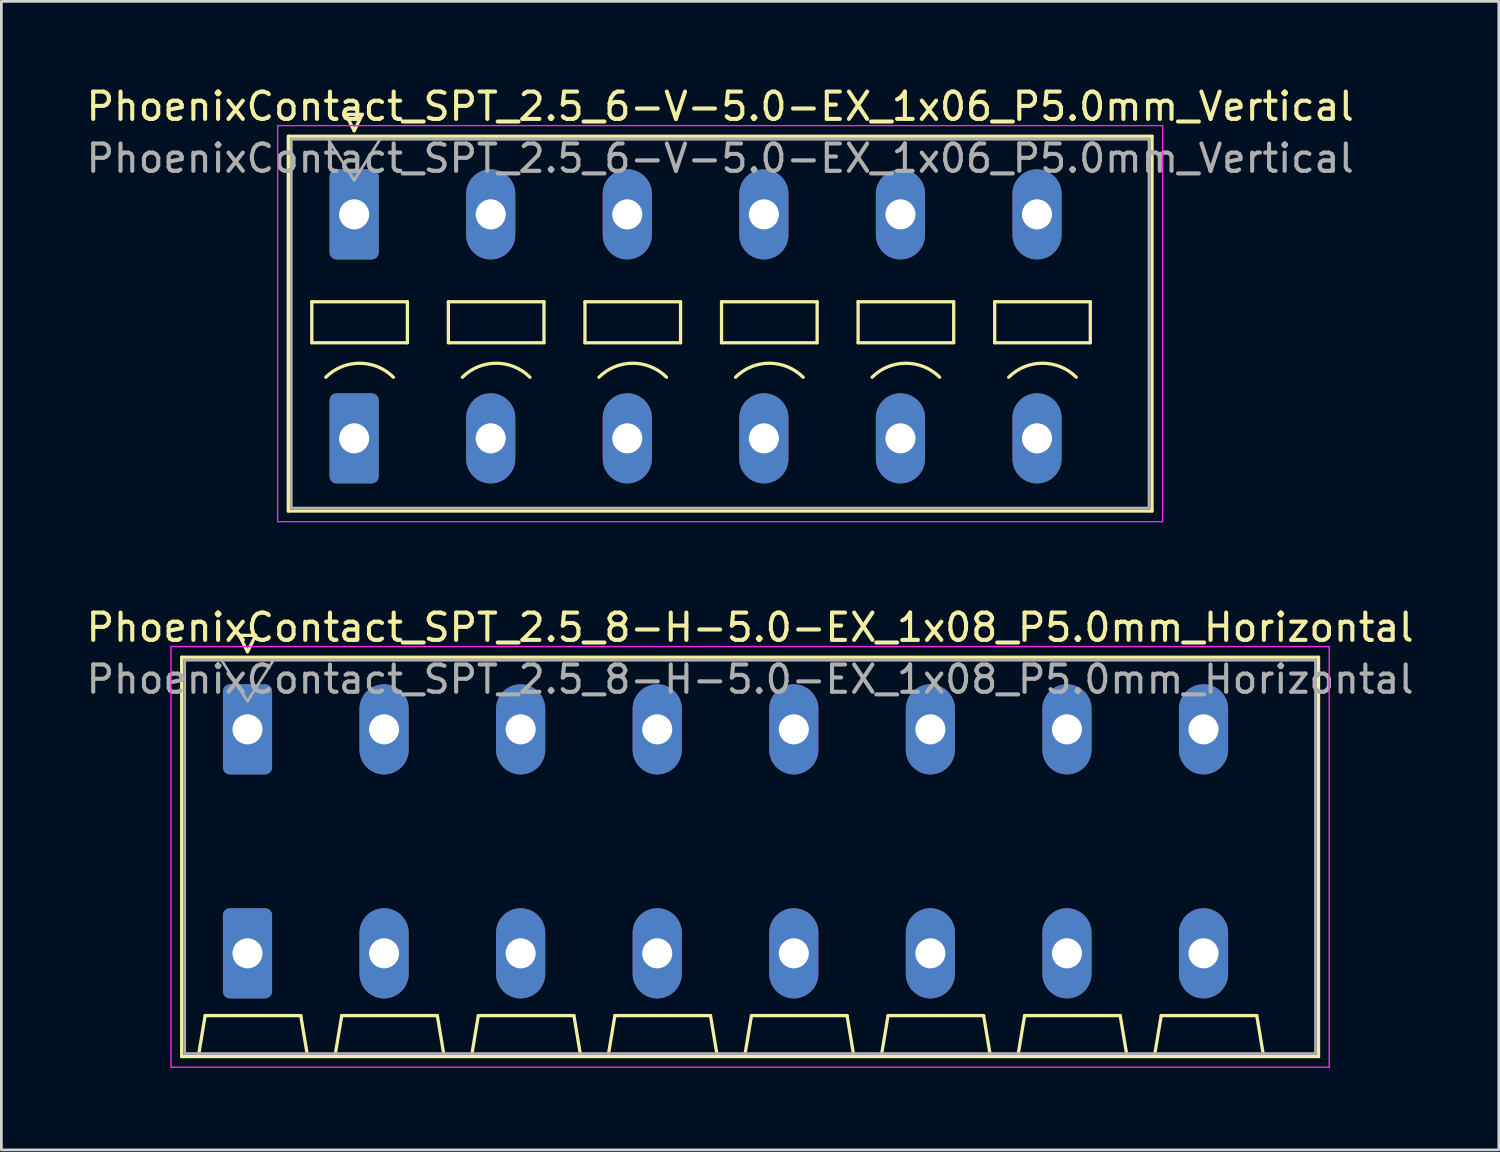
<source format=kicad_pcb>
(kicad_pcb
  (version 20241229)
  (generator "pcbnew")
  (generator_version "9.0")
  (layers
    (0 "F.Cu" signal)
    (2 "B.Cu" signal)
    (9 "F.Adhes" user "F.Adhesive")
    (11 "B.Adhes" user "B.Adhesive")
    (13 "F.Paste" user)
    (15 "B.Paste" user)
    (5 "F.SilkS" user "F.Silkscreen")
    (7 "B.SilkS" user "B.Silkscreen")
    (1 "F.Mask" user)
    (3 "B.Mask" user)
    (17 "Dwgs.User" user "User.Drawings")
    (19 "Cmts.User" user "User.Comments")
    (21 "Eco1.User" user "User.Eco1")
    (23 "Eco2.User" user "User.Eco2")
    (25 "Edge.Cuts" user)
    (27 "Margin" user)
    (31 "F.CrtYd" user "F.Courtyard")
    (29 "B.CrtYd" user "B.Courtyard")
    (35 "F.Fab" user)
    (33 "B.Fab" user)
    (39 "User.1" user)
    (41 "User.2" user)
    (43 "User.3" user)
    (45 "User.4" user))
  (footprint "PhoenixContact_SPT_2.5_6-V-5.0-EX_1x06_P5.0mm_Vertical"
    (layer "F.Cu")
    (at 9.915 4.798)
    (property "Reference" "PhoenixContact_SPT_2.5_6-V-5.0-EX_1x06_P5.0mm_Vertical" (at 13.4 -3.95 0) (layer "F.SilkS") (effects (font (size 1 1) (thickness 0.15))))
    (attr through_hole)
    (fp_line (start -2.41 -2.86) (end 29.21 -2.86) (stroke (width 0.12) (type solid)) (layer "F.SilkS"))
    (fp_line (start -2.41 10.86) (end -2.41 -2.86) (stroke (width 0.12) (type solid)) (layer "F.SilkS"))
    (fp_line (start -1.55 3.2) (end -1.55 4.7) (stroke (width 0.12) (type solid)) (layer "F.SilkS"))
    (fp_line (start -1.55 4.7) (end 1.95 4.7) (stroke (width 0.12) (type solid)) (layer "F.SilkS"))
    (fp_line (start -0.3 -3.66) (end 0 -3.06) (stroke (width 0.12) (type solid)) (layer "F.SilkS"))
    (fp_line (start -0.3 -3.66) (end 0.3 -3.66) (stroke (width 0.12) (type solid)) (layer "F.SilkS"))
    (fp_line (start 0.3 -3.66) (end 0 -3.06) (stroke (width 0.12) (type solid)) (layer "F.SilkS"))
    (fp_line (start 1.95 3.2) (end -1.55 3.2) (stroke (width 0.12) (type solid)) (layer "F.SilkS"))
    (fp_line (start 1.95 4.7) (end 1.95 3.2) (stroke (width 0.12) (type solid)) (layer "F.SilkS"))
    (fp_line (start 3.45 3.2) (end 3.45 4.7) (stroke (width 0.12) (type solid)) (layer "F.SilkS"))
    (fp_line (start 3.45 4.7) (end 6.95 4.7) (stroke (width 0.12) (type solid)) (layer "F.SilkS"))
    (fp_line (start 6.95 3.2) (end 3.45 3.2) (stroke (width 0.12) (type solid)) (layer "F.SilkS"))
    (fp_line (start 6.95 4.7) (end 6.95 3.2) (stroke (width 0.12) (type solid)) (layer "F.SilkS"))
    (fp_line (start 8.45 3.2) (end 8.45 4.7) (stroke (width 0.12) (type solid)) (layer "F.SilkS"))
    (fp_line (start 8.45 4.7) (end 11.95 4.7) (stroke (width 0.12) (type solid)) (layer "F.SilkS"))
    (fp_line (start 11.95 3.2) (end 8.45 3.2) (stroke (width 0.12) (type solid)) (layer "F.SilkS"))
    (fp_line (start 11.95 4.7) (end 11.95 3.2) (stroke (width 0.12) (type solid)) (layer "F.SilkS"))
    (fp_line (start 13.45 3.2) (end 13.45 4.7) (stroke (width 0.12) (type solid)) (layer "F.SilkS"))
    (fp_line (start 13.45 4.7) (end 16.95 4.7) (stroke (width 0.12) (type solid)) (layer "F.SilkS"))
    (fp_line (start 16.95 3.2) (end 13.45 3.2) (stroke (width 0.12) (type solid)) (layer "F.SilkS"))
    (fp_line (start 16.95 4.7) (end 16.95 3.2) (stroke (width 0.12) (type solid)) (layer "F.SilkS"))
    (fp_line (start 18.45 3.2) (end 18.45 4.7) (stroke (width 0.12) (type solid)) (layer "F.SilkS"))
    (fp_line (start 18.45 4.7) (end 21.95 4.7) (stroke (width 0.12) (type solid)) (layer "F.SilkS"))
    (fp_line (start 21.95 3.2) (end 18.45 3.2) (stroke (width 0.12) (type solid)) (layer "F.SilkS"))
    (fp_line (start 21.95 4.7) (end 21.95 3.2) (stroke (width 0.12) (type solid)) (layer "F.SilkS"))
    (fp_line (start 23.45 3.2) (end 23.45 4.7) (stroke (width 0.12) (type solid)) (layer "F.SilkS"))
    (fp_line (start 23.45 4.7) (end 26.95 4.7) (stroke (width 0.12) (type solid)) (layer "F.SilkS"))
    (fp_line (start 26.95 3.2) (end 23.45 3.2) (stroke (width 0.12) (type solid)) (layer "F.SilkS"))
    (fp_line (start 26.95 4.7) (end 26.95 3.2) (stroke (width 0.12) (type solid)) (layer "F.SilkS"))
    (fp_line (start 29.21 -2.86) (end 29.21 10.86) (stroke (width 0.12) (type solid)) (layer "F.SilkS"))
    (fp_line (start 29.21 10.86) (end -2.41 10.86) (stroke (width 0.12) (type solid)) (layer "F.SilkS"))
    (fp_arc (start -1.037437 5.962563) (mid 0.2 5.45) (end 1.437437 5.962563) (stroke (width 0.12) (type solid)) (layer "F.SilkS"))
    (fp_arc (start 3.962563 5.962563) (mid 5.2 5.45) (end 6.437437 5.962563) (stroke (width 0.12) (type solid)) (layer "F.SilkS"))
    (fp_arc (start 8.962563 5.962563) (mid 10.2 5.45) (end 11.437437 5.962563) (stroke (width 0.12) (type solid)) (layer "F.SilkS"))
    (fp_arc (start 13.962563 5.962563) (mid 15.2 5.45) (end 16.437437 5.962563) (stroke (width 0.12) (type solid)) (layer "F.SilkS"))
    (fp_arc (start 18.962563 5.962563) (mid 20.2 5.45) (end 21.437437 5.962563) (stroke (width 0.12) (type solid)) (layer "F.SilkS"))
    (fp_arc (start 23.962563 5.962563) (mid 25.2 5.45) (end 26.437437 5.962563) (stroke (width 0.12) (type solid)) (layer "F.SilkS"))
    (fp_line (start -2.8 -3.25) (end -2.8 11.25) (stroke (width 0.05) (type solid)) (layer "F.CrtYd"))
    (fp_line (start -2.8 11.25) (end 29.6 11.25) (stroke (width 0.05) (type solid)) (layer "F.CrtYd"))
    (fp_line (start 29.6 -3.25) (end -2.8 -3.25) (stroke (width 0.05) (type solid)) (layer "F.CrtYd"))
    (fp_line (start 29.6 11.25) (end 29.6 -3.25) (stroke (width 0.05) (type solid)) (layer "F.CrtYd"))
    (fp_line (start -2.3 -2.75) (end -2.3 10.75) (stroke (width 0.1) (type solid)) (layer "F.Fab"))
    (fp_line (start -2.3 10.75) (end 29.1 10.75) (stroke (width 0.1) (type solid)) (layer "F.Fab"))
    (fp_line (start -0.95 -2.75) (end 0 -1.25) (stroke (width 0.1) (type solid)) (layer "F.Fab"))
    (fp_line (start 0.95 -2.75) (end 0 -1.25) (stroke (width 0.1) (type solid)) (layer "F.Fab"))
    (fp_line (start 29.1 -2.75) (end -2.3 -2.75) (stroke (width 0.1) (type solid)) (layer "F.Fab"))
    (fp_line (start 29.1 10.75) (end 29.1 -2.75) (stroke (width 0.1) (type solid)) (layer "F.Fab"))
    (fp_text user "${REFERENCE}" (at 13.4 -2.05 0) (layer "F.Fab") (effects (font (size 1 1) (thickness 0.15))))
    (pad "1" thru_hole roundrect (at 0 0) (size 1.8 3.3) (drill 1.1) (layers "*.Cu" "*.Mask") (roundrect_rratio 0.139))
    (pad "1" thru_hole roundrect (at 0 8.2) (size 1.8 3.3) (drill 1.1) (layers "*.Cu" "*.Mask") (roundrect_rratio 0.139))
    (pad "2" thru_hole oval (at 5 0) (size 1.8 3.3) (drill 1.1) (layers "*.Cu" "*.Mask"))
    (pad "2" thru_hole oval (at 5 8.2) (size 1.8 3.3) (drill 1.1) (layers "*.Cu" "*.Mask"))
    (pad "3" thru_hole oval (at 10 0) (size 1.8 3.3) (drill 1.1) (layers "*.Cu" "*.Mask"))
    (pad "3" thru_hole oval (at 10 8.2) (size 1.8 3.3) (drill 1.1) (layers "*.Cu" "*.Mask"))
    (pad "4" thru_hole oval (at 15 0) (size 1.8 3.3) (drill 1.1) (layers "*.Cu" "*.Mask"))
    (pad "4" thru_hole oval (at 15 8.2) (size 1.8 3.3) (drill 1.1) (layers "*.Cu" "*.Mask"))
    (pad "5" thru_hole oval (at 20 0) (size 1.8 3.3) (drill 1.1) (layers "*.Cu" "*.Mask"))
    (pad "5" thru_hole oval (at 20 8.2) (size 1.8 3.3) (drill 1.1) (layers "*.Cu" "*.Mask"))
    (pad "6" thru_hole oval (at 25 0) (size 1.8 3.3) (drill 1.1) (layers "*.Cu" "*.Mask"))
    (pad "6" thru_hole oval (at 25 8.2) (size 1.8 3.3) (drill 1.1) (layers "*.Cu" "*.Mask")))
  (footprint "PhoenixContact_SPT_2.5_8-H-5.0-EX_1x08_P5.0mm_Horizontal"
    (layer "F.Cu")
    (at 6.011 23.651)
    (property "Reference" "PhoenixContact_SPT_2.5_8-H-5.0-EX_1x08_P5.0mm_Horizontal" (at 18.4 -3.73 0) (layer "F.SilkS") (effects (font (size 1 1) (thickness 0.15))))
    (attr through_hole)
    (fp_line (start -2.41 -2.64) (end 39.21 -2.64) (stroke (width 0.12) (type solid)) (layer "F.SilkS"))
    (fp_line (start -2.41 11.98) (end -2.41 -2.64) (stroke (width 0.12) (type solid)) (layer "F.SilkS"))
    (fp_line (start -1.8 11.98) (end -1.55 10.48) (stroke (width 0.12) (type solid)) (layer "F.SilkS"))
    (fp_line (start -1.55 10.48) (end 1.95 10.48) (stroke (width 0.12) (type solid)) (layer "F.SilkS"))
    (fp_line (start -0.3 -3.44) (end 0 -2.84) (stroke (width 0.12) (type solid)) (layer "F.SilkS"))
    (fp_line (start -0.3 -3.44) (end 0.3 -3.44) (stroke (width 0.12) (type solid)) (layer "F.SilkS"))
    (fp_line (start 0.3 -3.44) (end 0 -2.84) (stroke (width 0.12) (type solid)) (layer "F.SilkS"))
    (fp_line (start 2.2 11.98) (end 1.95 10.48) (stroke (width 0.12) (type solid)) (layer "F.SilkS"))
    (fp_line (start 3.2 11.98) (end 3.45 10.48) (stroke (width 0.12) (type solid)) (layer "F.SilkS"))
    (fp_line (start 3.45 10.48) (end 6.95 10.48) (stroke (width 0.12) (type solid)) (layer "F.SilkS"))
    (fp_line (start 7.2 11.98) (end 6.95 10.48) (stroke (width 0.12) (type solid)) (layer "F.SilkS"))
    (fp_line (start 8.2 11.98) (end 8.45 10.48) (stroke (width 0.12) (type solid)) (layer "F.SilkS"))
    (fp_line (start 8.45 10.48) (end 11.95 10.48) (stroke (width 0.12) (type solid)) (layer "F.SilkS"))
    (fp_line (start 12.2 11.98) (end 11.95 10.48) (stroke (width 0.12) (type solid)) (layer "F.SilkS"))
    (fp_line (start 13.2 11.98) (end 13.45 10.48) (stroke (width 0.12) (type solid)) (layer "F.SilkS"))
    (fp_line (start 13.45 10.48) (end 16.95 10.48) (stroke (width 0.12) (type solid)) (layer "F.SilkS"))
    (fp_line (start 17.2 11.98) (end 16.95 10.48) (stroke (width 0.12) (type solid)) (layer "F.SilkS"))
    (fp_line (start 18.2 11.98) (end 18.45 10.48) (stroke (width 0.12) (type solid)) (layer "F.SilkS"))
    (fp_line (start 18.45 10.48) (end 21.95 10.48) (stroke (width 0.12) (type solid)) (layer "F.SilkS"))
    (fp_line (start 22.2 11.98) (end 21.95 10.48) (stroke (width 0.12) (type solid)) (layer "F.SilkS"))
    (fp_line (start 23.2 11.98) (end 23.45 10.48) (stroke (width 0.12) (type solid)) (layer "F.SilkS"))
    (fp_line (start 23.45 10.48) (end 26.95 10.48) (stroke (width 0.12) (type solid)) (layer "F.SilkS"))
    (fp_line (start 27.2 11.98) (end 26.95 10.48) (stroke (width 0.12) (type solid)) (layer "F.SilkS"))
    (fp_line (start 28.2 11.98) (end 28.45 10.48) (stroke (width 0.12) (type solid)) (layer "F.SilkS"))
    (fp_line (start 28.45 10.48) (end 31.95 10.48) (stroke (width 0.12) (type solid)) (layer "F.SilkS"))
    (fp_line (start 32.2 11.98) (end 31.95 10.48) (stroke (width 0.12) (type solid)) (layer "F.SilkS"))
    (fp_line (start 33.2 11.98) (end 33.45 10.48) (stroke (width 0.12) (type solid)) (layer "F.SilkS"))
    (fp_line (start 33.45 10.48) (end 36.95 10.48) (stroke (width 0.12) (type solid)) (layer "F.SilkS"))
    (fp_line (start 37.2 11.98) (end 36.95 10.48) (stroke (width 0.12) (type solid)) (layer "F.SilkS"))
    (fp_line (start 39.21 -2.64) (end 39.21 11.98) (stroke (width 0.12) (type solid)) (layer "F.SilkS"))
    (fp_line (start 39.21 11.98) (end -2.41 11.98) (stroke (width 0.12) (type solid)) (layer "F.SilkS"))
    (fp_line (start -2.8 -3.03) (end -2.8 12.37) (stroke (width 0.05) (type solid)) (layer "F.CrtYd"))
    (fp_line (start -2.8 12.37) (end 39.6 12.37) (stroke (width 0.05) (type solid)) (layer "F.CrtYd"))
    (fp_line (start 39.6 -3.03) (end -2.8 -3.03) (stroke (width 0.05) (type solid)) (layer "F.CrtYd"))
    (fp_line (start 39.6 12.37) (end 39.6 -3.03) (stroke (width 0.05) (type solid)) (layer "F.CrtYd"))
    (fp_line (start -2.3 -2.53) (end -2.3 11.87) (stroke (width 0.1) (type solid)) (layer "F.Fab"))
    (fp_line (start -2.3 11.87) (end 39.1 11.87) (stroke (width 0.1) (type solid)) (layer "F.Fab"))
    (fp_line (start -0.95 -2.53) (end 0 -1.03) (stroke (width 0.1) (type solid)) (layer "F.Fab"))
    (fp_line (start 0.95 -2.53) (end 0 -1.03) (stroke (width 0.1) (type solid)) (layer "F.Fab"))
    (fp_line (start 39.1 -2.53) (end -2.3 -2.53) (stroke (width 0.1) (type solid)) (layer "F.Fab"))
    (fp_line (start 39.1 11.87) (end 39.1 -2.53) (stroke (width 0.1) (type solid)) (layer "F.Fab"))
    (fp_text user "${REFERENCE}" (at 18.4 -1.83 0) (layer "F.Fab") (effects (font (size 1 1) (thickness 0.15))))
    (pad "1" thru_hole roundrect (at 0 0) (size 1.8 3.3) (drill 1.1) (layers "*.Cu" "*.Mask") (roundrect_rratio 0.139))
    (pad "1" thru_hole roundrect (at 0 8.2) (size 1.8 3.3) (drill 1.1) (layers "*.Cu" "*.Mask") (roundrect_rratio 0.139))
    (pad "2" thru_hole oval (at 5 0) (size 1.8 3.3) (drill 1.1) (layers "*.Cu" "*.Mask"))
    (pad "2" thru_hole oval (at 5 8.2) (size 1.8 3.3) (drill 1.1) (layers "*.Cu" "*.Mask"))
    (pad "3" thru_hole oval (at 10 0) (size 1.8 3.3) (drill 1.1) (layers "*.Cu" "*.Mask"))
    (pad "3" thru_hole oval (at 10 8.2) (size 1.8 3.3) (drill 1.1) (layers "*.Cu" "*.Mask"))
    (pad "4" thru_hole oval (at 15 0) (size 1.8 3.3) (drill 1.1) (layers "*.Cu" "*.Mask"))
    (pad "4" thru_hole oval (at 15 8.2) (size 1.8 3.3) (drill 1.1) (layers "*.Cu" "*.Mask"))
    (pad "5" thru_hole oval (at 20 0) (size 1.8 3.3) (drill 1.1) (layers "*.Cu" "*.Mask"))
    (pad "5" thru_hole oval (at 20 8.2) (size 1.8 3.3) (drill 1.1) (layers "*.Cu" "*.Mask"))
    (pad "6" thru_hole oval (at 25 0) (size 1.8 3.3) (drill 1.1) (layers "*.Cu" "*.Mask"))
    (pad "6" thru_hole oval (at 25 8.2) (size 1.8 3.3) (drill 1.1) (layers "*.Cu" "*.Mask"))
    (pad "7" thru_hole oval (at 30 0) (size 1.8 3.3) (drill 1.1) (layers "*.Cu" "*.Mask"))
    (pad "7" thru_hole oval (at 30 8.2) (size 1.8 3.3) (drill 1.1) (layers "*.Cu" "*.Mask"))
    (pad "8" thru_hole oval (at 35 0) (size 1.8 3.3) (drill 1.1) (layers "*.Cu" "*.Mask"))
    (pad "8" thru_hole oval (at 35 8.2) (size 1.8 3.3) (drill 1.1) (layers "*.Cu" "*.Mask")))
  (gr_rect
    (start -3 -3)
    (end 51.821 39.047)
    (stroke (width 0.1) (type default))
    (fill no)
    (layer "Edge.Cuts")))
</source>
